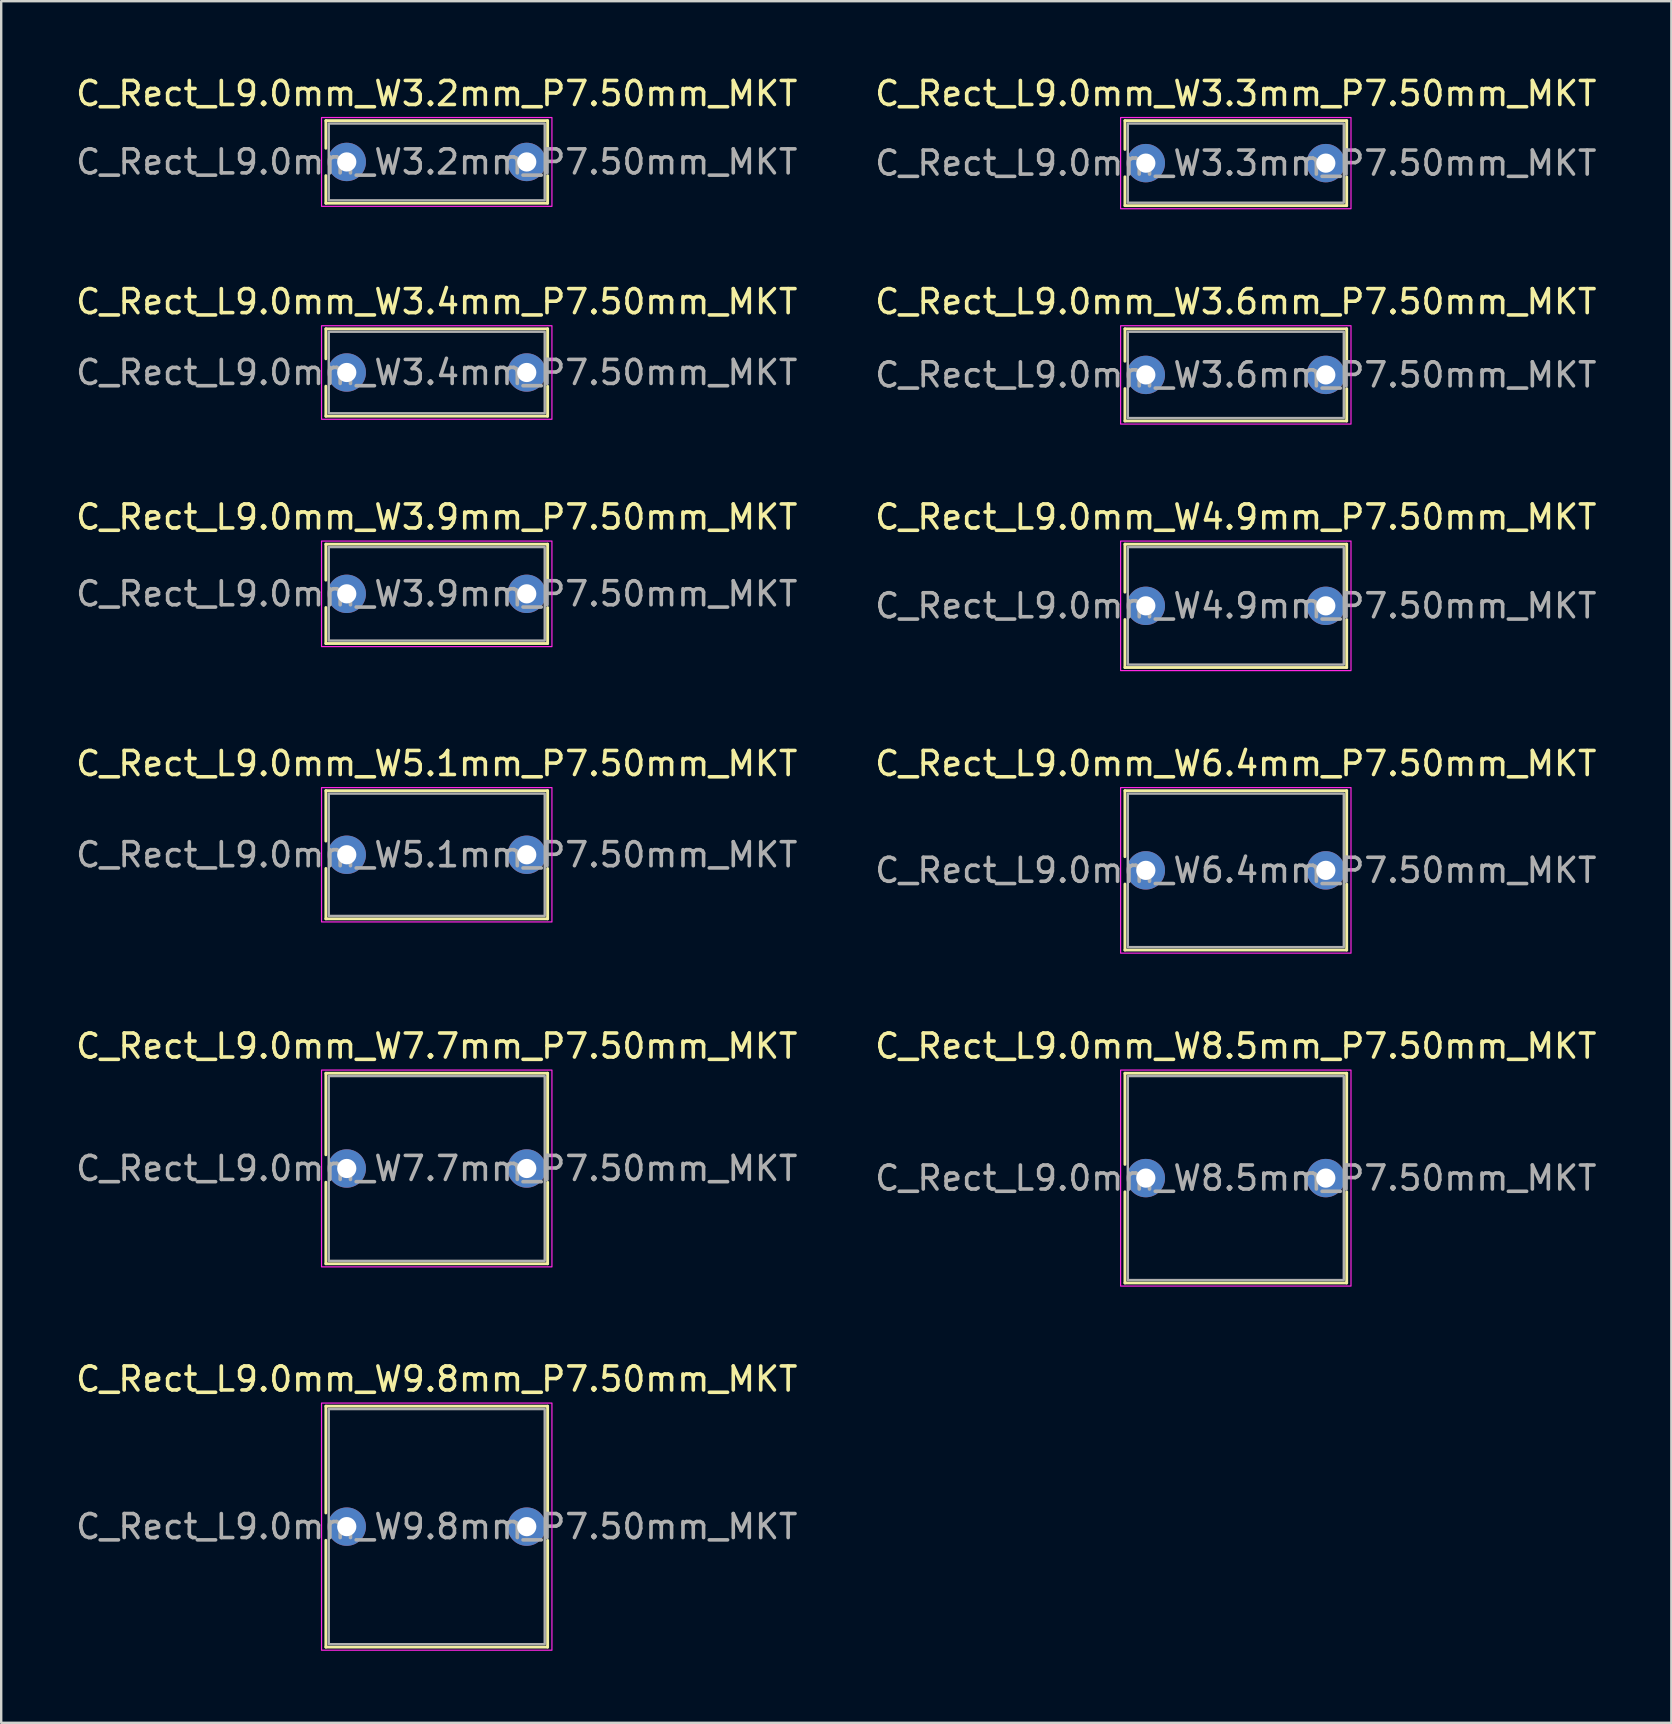
<source format=kicad_pcb>
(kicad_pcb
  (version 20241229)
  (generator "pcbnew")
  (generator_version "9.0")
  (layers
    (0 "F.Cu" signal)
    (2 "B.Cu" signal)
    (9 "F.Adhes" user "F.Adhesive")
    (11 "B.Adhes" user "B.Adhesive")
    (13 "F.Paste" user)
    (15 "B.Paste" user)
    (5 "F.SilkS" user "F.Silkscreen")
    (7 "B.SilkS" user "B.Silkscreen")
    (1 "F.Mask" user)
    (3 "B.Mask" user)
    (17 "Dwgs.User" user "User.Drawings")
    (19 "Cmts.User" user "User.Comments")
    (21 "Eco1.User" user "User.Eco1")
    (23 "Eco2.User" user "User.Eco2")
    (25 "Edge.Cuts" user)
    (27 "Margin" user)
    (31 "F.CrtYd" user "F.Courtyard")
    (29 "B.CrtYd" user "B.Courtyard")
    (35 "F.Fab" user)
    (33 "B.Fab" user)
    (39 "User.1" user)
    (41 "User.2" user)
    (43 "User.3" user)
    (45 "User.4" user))
  (footprint "C_Rect_L9.0mm_W3.2mm_P7.50mm_MKT"
    (layer "F.Cu")
    (at 11.399 3.698)
    (property "Reference" "C_Rect_L9.0mm_W3.2mm_P7.50mm_MKT" (at 3.75 -2.85 0) (layer "F.SilkS") (effects (font (size 1 1) (thickness 0.15))))
    (attr through_hole)
    (fp_line (start -0.87 -1.72) (end 8.37 -1.72) (stroke (width 0.12) (type solid)) (layer "F.SilkS"))
    (fp_line (start -0.87 -0.57) (end -0.87 -1.72) (stroke (width 0.12) (type solid)) (layer "F.SilkS"))
    (fp_line (start -0.87 1.72) (end -0.87 0.57) (stroke (width 0.12) (type solid)) (layer "F.SilkS"))
    (fp_line (start 8.37 -1.72) (end 8.37 -0.57) (stroke (width 0.12) (type solid)) (layer "F.SilkS"))
    (fp_line (start 8.37 0.57) (end 8.37 1.72) (stroke (width 0.12) (type solid)) (layer "F.SilkS"))
    (fp_line (start 8.37 1.72) (end -0.87 1.72) (stroke (width 0.12) (type solid)) (layer "F.SilkS"))
    (fp_rect (start -1.05 -1.85) (end 8.55 1.85) (stroke (width 0.05) (type solid)) (fill no) (layer "F.CrtYd"))
    (fp_rect (start -0.75 -1.6) (end 8.25 1.6) (stroke (width 0.1) (type solid)) (fill no) (layer "F.Fab"))
    (fp_text user "${REFERENCE}" (at 3.75 0 0) (layer "F.Fab") (effects (font (size 1 1) (thickness 0.15))))
    (pad "1" thru_hole circle (at 0 0) (size 1.6 1.6) (drill 0.8) (layers "*.Cu" "*.Mask"))
    (pad "2" thru_hole circle (at 7.5 0) (size 1.6 1.6) (drill 0.8) (layers "*.Cu" "*.Mask")))
  (footprint "C_Rect_L9.0mm_W7.7mm_P7.50mm_MKT"
    (layer "F.Cu")
    (at 11.399 45.641)
    (property "Reference" "C_Rect_L9.0mm_W7.7mm_P7.50mm_MKT" (at 3.75 -5.1 0) (layer "F.SilkS") (effects (font (size 1 1) (thickness 0.15))))
    (attr through_hole)
    (fp_line (start -0.87 -3.97) (end 8.37 -3.97) (stroke (width 0.12) (type solid)) (layer "F.SilkS"))
    (fp_line (start -0.87 -0.57) (end -0.87 -3.97) (stroke (width 0.12) (type solid)) (layer "F.SilkS"))
    (fp_line (start -0.87 3.97) (end -0.87 0.57) (stroke (width 0.12) (type solid)) (layer "F.SilkS"))
    (fp_line (start 8.37 -3.97) (end 8.37 -0.57) (stroke (width 0.12) (type solid)) (layer "F.SilkS"))
    (fp_line (start 8.37 0.57) (end 8.37 3.97) (stroke (width 0.12) (type solid)) (layer "F.SilkS"))
    (fp_line (start 8.37 3.97) (end -0.87 3.97) (stroke (width 0.12) (type solid)) (layer "F.SilkS"))
    (fp_rect (start -1.05 -4.1) (end 8.55 4.1) (stroke (width 0.05) (type solid)) (fill no) (layer "F.CrtYd"))
    (fp_rect (start -0.75 -3.85) (end 8.25 3.85) (stroke (width 0.1) (type solid)) (fill no) (layer "F.Fab"))
    (fp_text user "${REFERENCE}" (at 3.75 0 0) (layer "F.Fab") (effects (font (size 1 1) (thickness 0.15))))
    (pad "1" thru_hole circle (at 0 0) (size 1.6 1.6) (drill 0.8) (layers "*.Cu" "*.Mask"))
    (pad "2" thru_hole circle (at 7.5 0) (size 1.6 1.6) (drill 0.8) (layers "*.Cu" "*.Mask")))
  (footprint "C_Rect_L9.0mm_W9.8mm_P7.50mm_MKT"
    (layer "F.Cu")
    (at 11.399 60.565)
    (property "Reference" "C_Rect_L9.0mm_W9.8mm_P7.50mm_MKT" (at 3.75 -6.15 0) (layer "F.SilkS") (effects (font (size 1 1) (thickness 0.15))))
    (attr through_hole)
    (fp_line (start -0.87 -5.02) (end 8.37 -5.02) (stroke (width 0.12) (type solid)) (layer "F.SilkS"))
    (fp_line (start -0.87 -0.57) (end -0.87 -5.02) (stroke (width 0.12) (type solid)) (layer "F.SilkS"))
    (fp_line (start -0.87 5.02) (end -0.87 0.57) (stroke (width 0.12) (type solid)) (layer "F.SilkS"))
    (fp_line (start 8.37 -5.02) (end 8.37 -0.57) (stroke (width 0.12) (type solid)) (layer "F.SilkS"))
    (fp_line (start 8.37 0.57) (end 8.37 5.02) (stroke (width 0.12) (type solid)) (layer "F.SilkS"))
    (fp_line (start 8.37 5.02) (end -0.87 5.02) (stroke (width 0.12) (type solid)) (layer "F.SilkS"))
    (fp_rect (start -1.05 -5.15) (end 8.55 5.15) (stroke (width 0.05) (type solid)) (fill no) (layer "F.CrtYd"))
    (fp_rect (start -0.75 -4.9) (end 8.25 4.9) (stroke (width 0.1) (type solid)) (fill no) (layer "F.Fab"))
    (fp_text user "${REFERENCE}" (at 3.75 0 0) (layer "F.Fab") (effects (font (size 1 1) (thickness 0.15))))
    (pad "1" thru_hole circle (at 0 0) (size 1.6 1.6) (drill 0.8) (layers "*.Cu" "*.Mask"))
    (pad "2" thru_hole circle (at 7.5 0) (size 1.6 1.6) (drill 0.8) (layers "*.Cu" "*.Mask")))
  (footprint "C_Rect_L9.0mm_W3.9mm_P7.50mm_MKT"
    (layer "F.Cu")
    (at 11.399 21.695)
    (property "Reference" "C_Rect_L9.0mm_W3.9mm_P7.50mm_MKT" (at 3.75 -3.2 0) (layer "F.SilkS") (effects (font (size 1 1) (thickness 0.15))))
    (attr through_hole)
    (fp_line (start -0.87 -2.07) (end 8.37 -2.07) (stroke (width 0.12) (type solid)) (layer "F.SilkS"))
    (fp_line (start -0.87 -0.57) (end -0.87 -2.07) (stroke (width 0.12) (type solid)) (layer "F.SilkS"))
    (fp_line (start -0.87 2.07) (end -0.87 0.57) (stroke (width 0.12) (type solid)) (layer "F.SilkS"))
    (fp_line (start 8.37 -2.07) (end 8.37 -0.57) (stroke (width 0.12) (type solid)) (layer "F.SilkS"))
    (fp_line (start 8.37 0.57) (end 8.37 2.07) (stroke (width 0.12) (type solid)) (layer "F.SilkS"))
    (fp_line (start 8.37 2.07) (end -0.87 2.07) (stroke (width 0.12) (type solid)) (layer "F.SilkS"))
    (fp_rect (start -1.05 -2.2) (end 8.55 2.2) (stroke (width 0.05) (type solid)) (fill no) (layer "F.CrtYd"))
    (fp_rect (start -0.75 -1.95) (end 8.25 1.95) (stroke (width 0.1) (type solid)) (fill no) (layer "F.Fab"))
    (fp_text user "${REFERENCE}" (at 3.75 0 0) (layer "F.Fab") (effects (font (size 1 1) (thickness 0.15))))
    (pad "1" thru_hole circle (at 0 0) (size 1.6 1.6) (drill 0.8) (layers "*.Cu" "*.Mask"))
    (pad "2" thru_hole circle (at 7.5 0) (size 1.6 1.6) (drill 0.8) (layers "*.Cu" "*.Mask")))
  (footprint "C_Rect_L9.0mm_W6.4mm_P7.50mm_MKT"
    (layer "F.Cu")
    (at 44.696 33.218)
    (property "Reference" "C_Rect_L9.0mm_W6.4mm_P7.50mm_MKT" (at 3.75 -4.45 0) (layer "F.SilkS") (effects (font (size 1 1) (thickness 0.15))))
    (attr through_hole)
    (fp_line (start -0.87 -3.32) (end 8.37 -3.32) (stroke (width 0.12) (type solid)) (layer "F.SilkS"))
    (fp_line (start -0.87 -0.57) (end -0.87 -3.32) (stroke (width 0.12) (type solid)) (layer "F.SilkS"))
    (fp_line (start -0.87 3.32) (end -0.87 0.57) (stroke (width 0.12) (type solid)) (layer "F.SilkS"))
    (fp_line (start 8.37 -3.32) (end 8.37 -0.57) (stroke (width 0.12) (type solid)) (layer "F.SilkS"))
    (fp_line (start 8.37 0.57) (end 8.37 3.32) (stroke (width 0.12) (type solid)) (layer "F.SilkS"))
    (fp_line (start 8.37 3.32) (end -0.87 3.32) (stroke (width 0.12) (type solid)) (layer "F.SilkS"))
    (fp_rect (start -1.05 -3.45) (end 8.55 3.45) (stroke (width 0.05) (type solid)) (fill no) (layer "F.CrtYd"))
    (fp_rect (start -0.75 -3.2) (end 8.25 3.2) (stroke (width 0.1) (type solid)) (fill no) (layer "F.Fab"))
    (fp_text user "${REFERENCE}" (at 3.75 0 0) (layer "F.Fab") (effects (font (size 1 1) (thickness 0.15))))
    (pad "1" thru_hole circle (at 0 0) (size 1.6 1.6) (drill 0.8) (layers "*.Cu" "*.Mask"))
    (pad "2" thru_hole circle (at 7.5 0) (size 1.6 1.6) (drill 0.8) (layers "*.Cu" "*.Mask")))
  (footprint "C_Rect_L9.0mm_W3.4mm_P7.50mm_MKT"
    (layer "F.Cu")
    (at 11.399 12.472)
    (property "Reference" "C_Rect_L9.0mm_W3.4mm_P7.50mm_MKT" (at 3.75 -2.95 0) (layer "F.SilkS") (effects (font (size 1 1) (thickness 0.15))))
    (attr through_hole)
    (fp_line (start -0.87 -1.82) (end 8.37 -1.82) (stroke (width 0.12) (type solid)) (layer "F.SilkS"))
    (fp_line (start -0.87 -0.57) (end -0.87 -1.82) (stroke (width 0.12) (type solid)) (layer "F.SilkS"))
    (fp_line (start -0.87 1.82) (end -0.87 0.57) (stroke (width 0.12) (type solid)) (layer "F.SilkS"))
    (fp_line (start 8.37 -1.82) (end 8.37 -0.57) (stroke (width 0.12) (type solid)) (layer "F.SilkS"))
    (fp_line (start 8.37 0.57) (end 8.37 1.82) (stroke (width 0.12) (type solid)) (layer "F.SilkS"))
    (fp_line (start 8.37 1.82) (end -0.87 1.82) (stroke (width 0.12) (type solid)) (layer "F.SilkS"))
    (fp_rect (start -1.05 -1.95) (end 8.55 1.95) (stroke (width 0.05) (type solid)) (fill no) (layer "F.CrtYd"))
    (fp_rect (start -0.75 -1.7) (end 8.25 1.7) (stroke (width 0.1) (type solid)) (fill no) (layer "F.Fab"))
    (fp_text user "${REFERENCE}" (at 3.75 0 0) (layer "F.Fab") (effects (font (size 1 1) (thickness 0.15))))
    (pad "1" thru_hole circle (at 0 0) (size 1.6 1.6) (drill 0.8) (layers "*.Cu" "*.Mask"))
    (pad "2" thru_hole circle (at 7.5 0) (size 1.6 1.6) (drill 0.8) (layers "*.Cu" "*.Mask")))
  (footprint "C_Rect_L9.0mm_W4.9mm_P7.50mm_MKT"
    (layer "F.Cu")
    (at 44.696 22.195)
    (property "Reference" "C_Rect_L9.0mm_W4.9mm_P7.50mm_MKT" (at 3.75 -3.7 0) (layer "F.SilkS") (effects (font (size 1 1) (thickness 0.15))))
    (attr through_hole)
    (fp_line (start -0.87 -2.57) (end 8.37 -2.57) (stroke (width 0.12) (type solid)) (layer "F.SilkS"))
    (fp_line (start -0.87 -0.57) (end -0.87 -2.57) (stroke (width 0.12) (type solid)) (layer "F.SilkS"))
    (fp_line (start -0.87 2.57) (end -0.87 0.57) (stroke (width 0.12) (type solid)) (layer "F.SilkS"))
    (fp_line (start 8.37 -2.57) (end 8.37 -0.57) (stroke (width 0.12) (type solid)) (layer "F.SilkS"))
    (fp_line (start 8.37 0.57) (end 8.37 2.57) (stroke (width 0.12) (type solid)) (layer "F.SilkS"))
    (fp_line (start 8.37 2.57) (end -0.87 2.57) (stroke (width 0.12) (type solid)) (layer "F.SilkS"))
    (fp_rect (start -1.05 -2.7) (end 8.55 2.7) (stroke (width 0.05) (type solid)) (fill no) (layer "F.CrtYd"))
    (fp_rect (start -0.75 -2.45) (end 8.25 2.45) (stroke (width 0.1) (type solid)) (fill no) (layer "F.Fab"))
    (fp_text user "${REFERENCE}" (at 3.75 0 0) (layer "F.Fab") (effects (font (size 1 1) (thickness 0.15))))
    (pad "1" thru_hole circle (at 0 0) (size 1.6 1.6) (drill 0.8) (layers "*.Cu" "*.Mask"))
    (pad "2" thru_hole circle (at 7.5 0) (size 1.6 1.6) (drill 0.8) (layers "*.Cu" "*.Mask")))
  (footprint "C_Rect_L9.0mm_W3.6mm_P7.50mm_MKT"
    (layer "F.Cu")
    (at 44.696 12.572)
    (property "Reference" "C_Rect_L9.0mm_W3.6mm_P7.50mm_MKT" (at 3.75 -3.05 0) (layer "F.SilkS") (effects (font (size 1 1) (thickness 0.15))))
    (attr through_hole)
    (fp_line (start -0.87 -1.92) (end 8.37 -1.92) (stroke (width 0.12) (type solid)) (layer "F.SilkS"))
    (fp_line (start -0.87 -0.57) (end -0.87 -1.92) (stroke (width 0.12) (type solid)) (layer "F.SilkS"))
    (fp_line (start -0.87 1.92) (end -0.87 0.57) (stroke (width 0.12) (type solid)) (layer "F.SilkS"))
    (fp_line (start 8.37 -1.92) (end 8.37 -0.57) (stroke (width 0.12) (type solid)) (layer "F.SilkS"))
    (fp_line (start 8.37 0.57) (end 8.37 1.92) (stroke (width 0.12) (type solid)) (layer "F.SilkS"))
    (fp_line (start 8.37 1.92) (end -0.87 1.92) (stroke (width 0.12) (type solid)) (layer "F.SilkS"))
    (fp_rect (start -1.05 -2.05) (end 8.55 2.05) (stroke (width 0.05) (type solid)) (fill no) (layer "F.CrtYd"))
    (fp_rect (start -0.75 -1.8) (end 8.25 1.8) (stroke (width 0.1) (type solid)) (fill no) (layer "F.Fab"))
    (fp_text user "${REFERENCE}" (at 3.75 0 0) (layer "F.Fab") (effects (font (size 1 1) (thickness 0.15))))
    (pad "1" thru_hole circle (at 0 0) (size 1.6 1.6) (drill 0.8) (layers "*.Cu" "*.Mask"))
    (pad "2" thru_hole circle (at 7.5 0) (size 1.6 1.6) (drill 0.8) (layers "*.Cu" "*.Mask")))
  (footprint "C_Rect_L9.0mm_W8.5mm_P7.50mm_MKT"
    (layer "F.Cu")
    (at 44.696 46.041)
    (property "Reference" "C_Rect_L9.0mm_W8.5mm_P7.50mm_MKT" (at 3.75 -5.5 0) (layer "F.SilkS") (effects (font (size 1 1) (thickness 0.15))))
    (attr through_hole)
    (fp_line (start -0.87 -4.37) (end 8.37 -4.37) (stroke (width 0.12) (type solid)) (layer "F.SilkS"))
    (fp_line (start -0.87 -0.57) (end -0.87 -4.37) (stroke (width 0.12) (type solid)) (layer "F.SilkS"))
    (fp_line (start -0.87 4.37) (end -0.87 0.57) (stroke (width 0.12) (type solid)) (layer "F.SilkS"))
    (fp_line (start 8.37 -4.37) (end 8.37 -0.57) (stroke (width 0.12) (type solid)) (layer "F.SilkS"))
    (fp_line (start 8.37 0.57) (end 8.37 4.37) (stroke (width 0.12) (type solid)) (layer "F.SilkS"))
    (fp_line (start 8.37 4.37) (end -0.87 4.37) (stroke (width 0.12) (type solid)) (layer "F.SilkS"))
    (fp_rect (start -1.05 -4.5) (end 8.55 4.5) (stroke (width 0.05) (type solid)) (fill no) (layer "F.CrtYd"))
    (fp_rect (start -0.75 -4.25) (end 8.25 4.25) (stroke (width 0.1) (type solid)) (fill no) (layer "F.Fab"))
    (fp_text user "${REFERENCE}" (at 3.75 0 0) (layer "F.Fab") (effects (font (size 1 1) (thickness 0.15))))
    (pad "1" thru_hole circle (at 0 0) (size 1.6 1.6) (drill 0.8) (layers "*.Cu" "*.Mask"))
    (pad "2" thru_hole circle (at 7.5 0) (size 1.6 1.6) (drill 0.8) (layers "*.Cu" "*.Mask")))
  (footprint "C_Rect_L9.0mm_W3.3mm_P7.50mm_MKT"
    (layer "F.Cu")
    (at 44.696 3.748)
    (property "Reference" "C_Rect_L9.0mm_W3.3mm_P7.50mm_MKT" (at 3.75 -2.9 0) (layer "F.SilkS") (effects (font (size 1 1) (thickness 0.15))))
    (attr through_hole)
    (fp_line (start -0.87 -1.77) (end 8.37 -1.77) (stroke (width 0.12) (type solid)) (layer "F.SilkS"))
    (fp_line (start -0.87 -0.57) (end -0.87 -1.77) (stroke (width 0.12) (type solid)) (layer "F.SilkS"))
    (fp_line (start -0.87 1.77) (end -0.87 0.57) (stroke (width 0.12) (type solid)) (layer "F.SilkS"))
    (fp_line (start 8.37 -1.77) (end 8.37 -0.57) (stroke (width 0.12) (type solid)) (layer "F.SilkS"))
    (fp_line (start 8.37 0.57) (end 8.37 1.77) (stroke (width 0.12) (type solid)) (layer "F.SilkS"))
    (fp_line (start 8.37 1.77) (end -0.87 1.77) (stroke (width 0.12) (type solid)) (layer "F.SilkS"))
    (fp_rect (start -1.05 -1.9) (end 8.55 1.9) (stroke (width 0.05) (type solid)) (fill no) (layer "F.CrtYd"))
    (fp_rect (start -0.75 -1.65) (end 8.25 1.65) (stroke (width 0.1) (type solid)) (fill no) (layer "F.Fab"))
    (fp_text user "${REFERENCE}" (at 3.75 0 0) (layer "F.Fab") (effects (font (size 1 1) (thickness 0.15))))
    (pad "1" thru_hole circle (at 0 0) (size 1.6 1.6) (drill 0.8) (layers "*.Cu" "*.Mask"))
    (pad "2" thru_hole circle (at 7.5 0) (size 1.6 1.6) (drill 0.8) (layers "*.Cu" "*.Mask")))
  (footprint "C_Rect_L9.0mm_W5.1mm_P7.50mm_MKT"
    (layer "F.Cu")
    (at 11.399 32.568)
    (property "Reference" "C_Rect_L9.0mm_W5.1mm_P7.50mm_MKT" (at 3.75 -3.8 0) (layer "F.SilkS") (effects (font (size 1 1) (thickness 0.15))))
    (attr through_hole)
    (fp_line (start -0.87 -2.67) (end 8.37 -2.67) (stroke (width 0.12) (type solid)) (layer "F.SilkS"))
    (fp_line (start -0.87 -0.57) (end -0.87 -2.67) (stroke (width 0.12) (type solid)) (layer "F.SilkS"))
    (fp_line (start -0.87 2.67) (end -0.87 0.57) (stroke (width 0.12) (type solid)) (layer "F.SilkS"))
    (fp_line (start 8.37 -2.67) (end 8.37 -0.57) (stroke (width 0.12) (type solid)) (layer "F.SilkS"))
    (fp_line (start 8.37 0.57) (end 8.37 2.67) (stroke (width 0.12) (type solid)) (layer "F.SilkS"))
    (fp_line (start 8.37 2.67) (end -0.87 2.67) (stroke (width 0.12) (type solid)) (layer "F.SilkS"))
    (fp_rect (start -1.05 -2.8) (end 8.55 2.8) (stroke (width 0.05) (type solid)) (fill no) (layer "F.CrtYd"))
    (fp_rect (start -0.75 -2.55) (end 8.25 2.55) (stroke (width 0.1) (type solid)) (fill no) (layer "F.Fab"))
    (fp_text user "${REFERENCE}" (at 3.75 0 0) (layer "F.Fab") (effects (font (size 1 1) (thickness 0.15))))
    (pad "1" thru_hole circle (at 0 0) (size 1.6 1.6) (drill 0.8) (layers "*.Cu" "*.Mask"))
    (pad "2" thru_hole circle (at 7.5 0) (size 1.6 1.6) (drill 0.8) (layers "*.Cu" "*.Mask")))
  (gr_rect
    (start -3 -3)
    (end 66.595 68.74)
    (stroke (width 0.1) (type default))
    (fill no)
    (layer "Edge.Cuts")))
</source>
